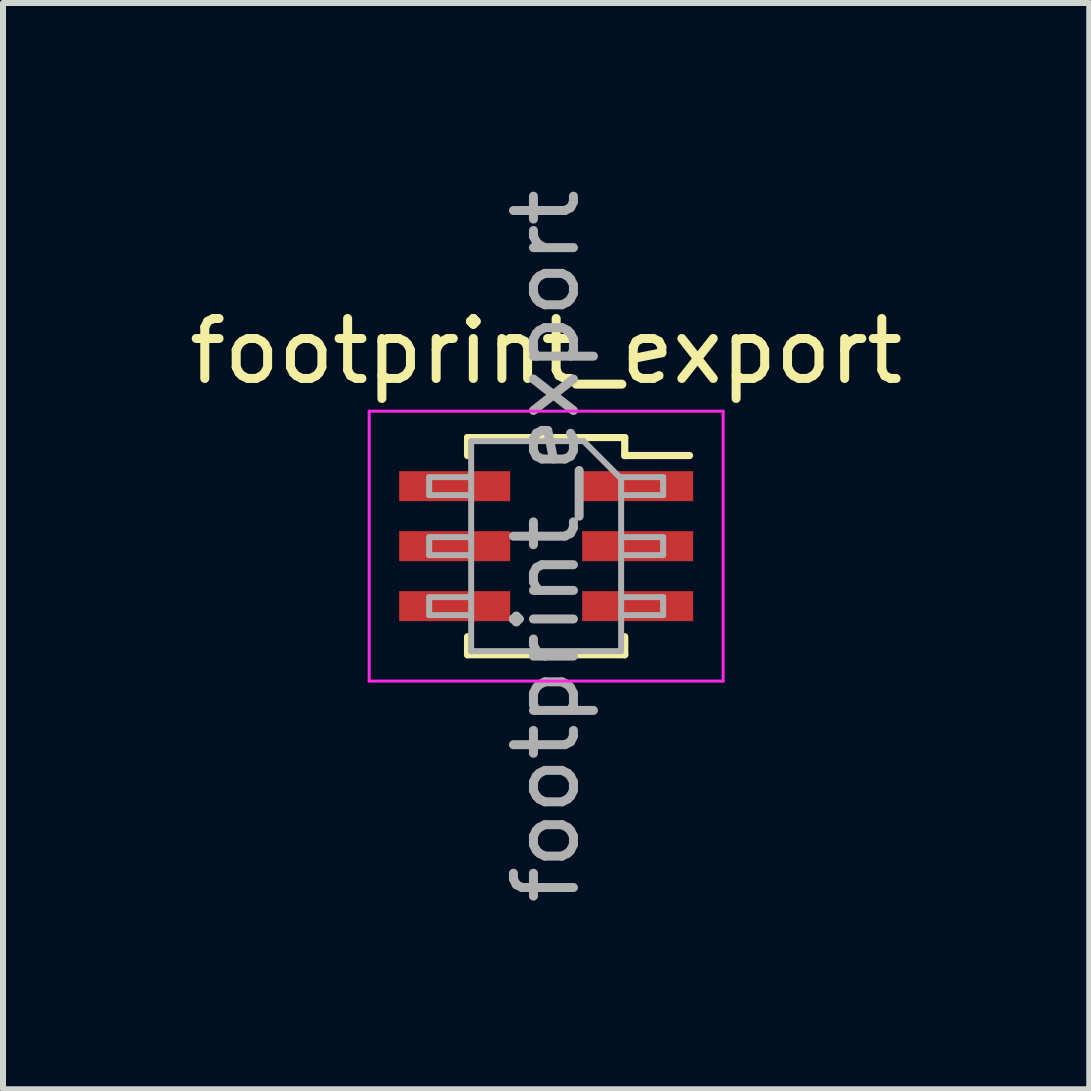
<source format=kicad_pcb>
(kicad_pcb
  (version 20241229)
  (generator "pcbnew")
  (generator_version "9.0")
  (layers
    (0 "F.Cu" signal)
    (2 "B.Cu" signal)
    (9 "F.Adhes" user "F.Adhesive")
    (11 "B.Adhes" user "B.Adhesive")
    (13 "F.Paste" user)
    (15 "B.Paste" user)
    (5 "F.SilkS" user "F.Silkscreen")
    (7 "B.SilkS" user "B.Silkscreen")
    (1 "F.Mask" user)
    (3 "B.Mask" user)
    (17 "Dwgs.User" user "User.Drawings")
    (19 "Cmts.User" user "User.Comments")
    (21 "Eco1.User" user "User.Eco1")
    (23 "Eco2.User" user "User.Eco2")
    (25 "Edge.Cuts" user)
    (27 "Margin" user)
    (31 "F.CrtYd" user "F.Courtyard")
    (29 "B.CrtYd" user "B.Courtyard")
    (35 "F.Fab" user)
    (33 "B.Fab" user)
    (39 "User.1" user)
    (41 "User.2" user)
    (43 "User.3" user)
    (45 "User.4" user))
  (footprint "footprint_export"
    (layer "F.Cu")
    (at 6.054 6.054)
    (property "Reference" "footprint_export" (at 0 -3.25 0) (layer "F.SilkS") (effects (font (size 1 1) (thickness 0.15))))
    (attr smd)
    (fp_line (start -1.31 -1.81) (end -1.31 -1.51) (stroke (width 0.12) (type solid)) (layer "F.SilkS"))
    (fp_line (start -1.31 -1.81) (end 1.31 -1.81) (stroke (width 0.12) (type solid)) (layer "F.SilkS"))
    (fp_line (start -1.31 1.51) (end -1.31 1.81) (stroke (width 0.12) (type solid)) (layer "F.SilkS"))
    (fp_line (start -1.31 1.81) (end 1.31 1.81) (stroke (width 0.12) (type solid)) (layer "F.SilkS"))
    (fp_line (start 1.31 -1.81) (end 1.31 -1.51) (stroke (width 0.12) (type solid)) (layer "F.SilkS"))
    (fp_line (start 1.31 -1.51) (end 2.39 -1.51) (stroke (width 0.12) (type solid)) (layer "F.SilkS"))
    (fp_line (start 1.31 1.51) (end 1.31 1.81) (stroke (width 0.12) (type solid)) (layer "F.SilkS"))
    (fp_line (start -2.95 -2.25) (end 2.95 -2.25) (stroke (width 0.05) (type solid)) (layer "F.CrtYd"))
    (fp_line (start -2.95 2.25) (end -2.95 -2.25) (stroke (width 0.05) (type solid)) (layer "F.CrtYd"))
    (fp_line (start 2.95 -2.25) (end 2.95 2.25) (stroke (width 0.05) (type solid)) (layer "F.CrtYd"))
    (fp_line (start 2.95 2.25) (end -2.95 2.25) (stroke (width 0.05) (type solid)) (layer "F.CrtYd"))
    (fp_line (start -1.95 -1.15) (end -1.25 -1.15) (stroke (width 0.1) (type solid)) (layer "F.Fab"))
    (fp_line (start -1.95 -0.85) (end -1.95 -1.15) (stroke (width 0.1) (type solid)) (layer "F.Fab"))
    (fp_line (start -1.95 -0.15) (end -1.25 -0.15) (stroke (width 0.1) (type solid)) (layer "F.Fab"))
    (fp_line (start -1.95 0.15) (end -1.95 -0.15) (stroke (width 0.1) (type solid)) (layer "F.Fab"))
    (fp_line (start -1.95 0.85) (end -1.25 0.85) (stroke (width 0.1) (type solid)) (layer "F.Fab"))
    (fp_line (start -1.95 1.15) (end -1.95 0.85) (stroke (width 0.1) (type solid)) (layer "F.Fab"))
    (fp_line (start -1.25 -1.75) (end 0.625 -1.75) (stroke (width 0.1) (type solid)) (layer "F.Fab"))
    (fp_line (start -1.25 -0.85) (end -1.95 -0.85) (stroke (width 0.1) (type solid)) (layer "F.Fab"))
    (fp_line (start -1.25 0.15) (end -1.95 0.15) (stroke (width 0.1) (type solid)) (layer "F.Fab"))
    (fp_line (start -1.25 1.15) (end -1.95 1.15) (stroke (width 0.1) (type solid)) (layer "F.Fab"))
    (fp_line (start -1.25 1.75) (end -1.25 -1.75) (stroke (width 0.1) (type solid)) (layer "F.Fab"))
    (fp_line (start 0.625 -1.75) (end 1.25 -1.125) (stroke (width 0.1) (type solid)) (layer "F.Fab"))
    (fp_line (start 1.25 -1.15) (end 1.95 -1.15) (stroke (width 0.1) (type solid)) (layer "F.Fab"))
    (fp_line (start 1.25 -1.125) (end 1.25 1.75) (stroke (width 0.1) (type solid)) (layer "F.Fab"))
    (fp_line (start 1.25 -0.15) (end 1.95 -0.15) (stroke (width 0.1) (type solid)) (layer "F.Fab"))
    (fp_line (start 1.25 0.85) (end 1.95 0.85) (stroke (width 0.1) (type solid)) (layer "F.Fab"))
    (fp_line (start 1.25 1.75) (end -1.25 1.75) (stroke (width 0.1) (type solid)) (layer "F.Fab"))
    (fp_line (start 1.95 -1.15) (end 1.95 -0.85) (stroke (width 0.1) (type solid)) (layer "F.Fab"))
    (fp_line (start 1.95 -0.85) (end 1.25 -0.85) (stroke (width 0.1) (type solid)) (layer "F.Fab"))
    (fp_line (start 1.95 -0.15) (end 1.95 0.15) (stroke (width 0.1) (type solid)) (layer "F.Fab"))
    (fp_line (start 1.95 0.15) (end 1.25 0.15) (stroke (width 0.1) (type solid)) (layer "F.Fab"))
    (fp_line (start 1.95 0.85) (end 1.95 1.15) (stroke (width 0.1) (type solid)) (layer "F.Fab"))
    (fp_line (start 1.95 1.15) (end 1.25 1.15) (stroke (width 0.1) (type solid)) (layer "F.Fab"))
    (fp_text user "${REFERENCE}" (at 0 0 90) (layer "F.Fab") (effects (font (size 1 1) (thickness 0.15))))
    (pad "1" smd rect (at 1.525 -1) (size 1.85 0.5) (layers "F.Cu" "F.Mask" "F.Paste"))
    (pad "2" smd rect (at -1.525 -1) (size 1.85 0.5) (layers "F.Cu" "F.Mask" "F.Paste"))
    (pad "3" smd rect (at 1.525 0) (size 1.85 0.5) (layers "F.Cu" "F.Mask" "F.Paste"))
    (pad "4" smd rect (at -1.525 0) (size 1.85 0.5) (layers "F.Cu" "F.Mask" "F.Paste"))
    (pad "5" smd rect (at 1.525 1) (size 1.85 0.5) (layers "F.Cu" "F.Mask" "F.Paste"))
    (pad "6" smd rect (at -1.525 1) (size 1.85 0.5) (layers "F.Cu" "F.Mask" "F.Paste")))
  (gr_rect
    (start -3 -3)
    (end 15.107 15.107)
    (stroke (width 0.1) (type default))
    (fill no)
    (layer "Edge.Cuts")))
</source>
